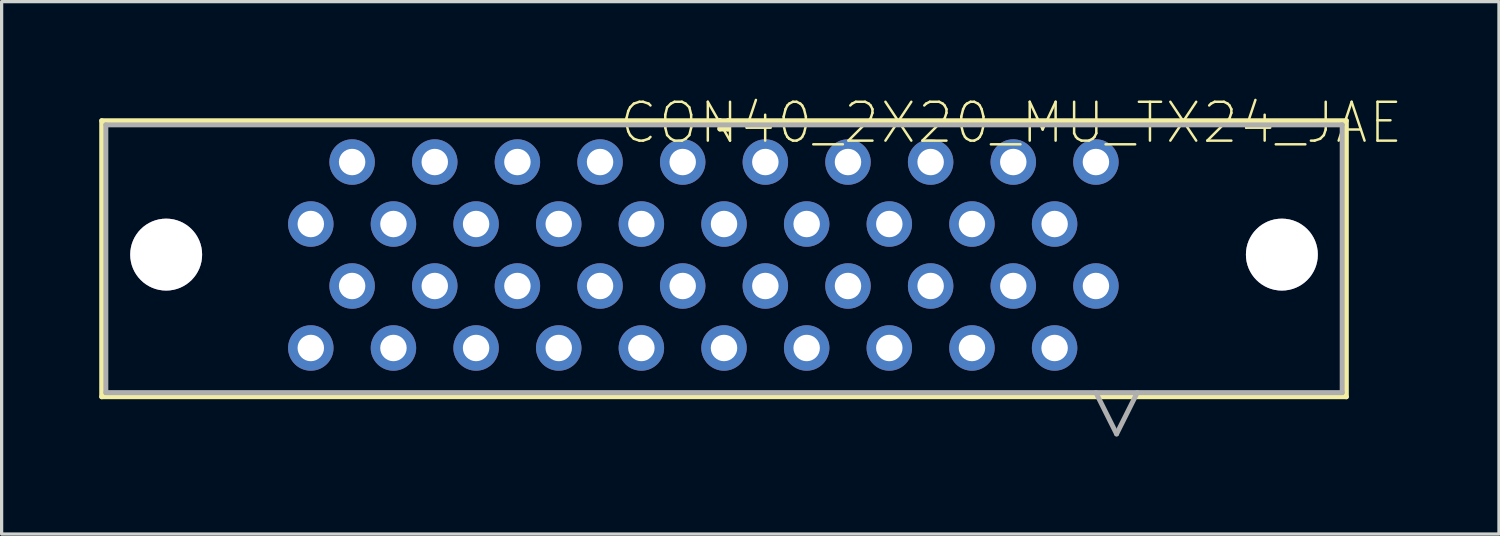
<source format=kicad_pcb>
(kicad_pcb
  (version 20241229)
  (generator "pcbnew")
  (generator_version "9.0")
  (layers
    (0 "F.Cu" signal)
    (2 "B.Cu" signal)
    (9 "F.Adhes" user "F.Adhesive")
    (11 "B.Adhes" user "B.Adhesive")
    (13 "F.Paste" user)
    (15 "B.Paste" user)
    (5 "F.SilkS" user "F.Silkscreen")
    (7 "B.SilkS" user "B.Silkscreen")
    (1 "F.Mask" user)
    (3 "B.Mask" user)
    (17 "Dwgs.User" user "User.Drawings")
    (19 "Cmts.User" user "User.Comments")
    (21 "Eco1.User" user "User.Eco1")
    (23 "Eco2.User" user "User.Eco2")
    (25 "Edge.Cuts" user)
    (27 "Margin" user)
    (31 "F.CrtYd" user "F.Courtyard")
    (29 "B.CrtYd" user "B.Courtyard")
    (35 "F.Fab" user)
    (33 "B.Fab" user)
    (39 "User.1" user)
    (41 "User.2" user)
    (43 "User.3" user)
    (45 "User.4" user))
  (footprint "CON40_2X20_MU_TX24_JAE"
    (layer "F.Cu")
    (at 19.202 0.787)
    (property "Reference" "CON40_2X20_MU_TX24_JAE" (at -3.277 0.635 0) (layer "F.SilkS") (effects (font (size 1.194 1.194) (thickness 0.076)) (justify left bottom)))
    (fp_line (start -19.126 -0.127) (end -19.126 8.357) (stroke (width 0.152) (type solid)) (layer "F.SilkS"))
    (fp_line (start -19.126 8.357) (end 19.126 8.357) (stroke (width 0.152) (type solid)) (layer "F.SilkS"))
    (fp_line (start -0.127 -0.127) (end -19.126 -0.127) (stroke (width 0.152) (type solid)) (layer "F.SilkS"))
    (fp_line (start -0.127 -0.127) (end -0.127 0.127) (stroke (width 0.152) (type solid)) (layer "F.SilkS"))
    (fp_line (start -0.127 0.127) (end 0.127 0.127) (stroke (width 0.152) (type solid)) (layer "F.SilkS"))
    (fp_line (start 0.127 -0.127) (end -0.127 -0.127) (stroke (width 0.152) (type solid)) (layer "F.SilkS"))
    (fp_line (start 0.127 0.127) (end 0.127 -0.127) (stroke (width 0.152) (type solid)) (layer "F.SilkS"))
    (fp_line (start 19.126 -0.127) (end 0.127 -0.127) (stroke (width 0.152) (type solid)) (layer "F.SilkS"))
    (fp_line (start 19.126 8.357) (end 19.126 -0.127) (stroke (width 0.152) (type solid)) (layer "F.SilkS"))
    (fp_line (start -18.999 0) (end -18.999 8.23) (stroke (width 0.152) (type solid)) (layer "F.Fab"))
    (fp_line (start -18.999 8.23) (end 18.999 8.23) (stroke (width 0.152) (type solid)) (layer "F.Fab"))
    (fp_line (start 11.43 8.23) (end 12.065 9.5) (stroke (width 0.152) (type solid)) (layer "F.Fab"))
    (fp_line (start 12.7 8.23) (end 12.065 9.5) (stroke (width 0.152) (type solid)) (layer "F.Fab"))
    (fp_line (start 18.999 0) (end -18.999 0) (stroke (width 0.152) (type solid)) (layer "F.Fab"))
    (fp_line (start 18.999 8.23) (end 18.999 0) (stroke (width 0.152) (type solid)) (layer "F.Fab"))
    (pad "1" thru_hole circle (at 11.43 1.143) (size 1.397 1.397) (drill 0.813) (layers "*.Cu" "*.Mask"))
    (pad "2" thru_hole circle (at 10.16 3.048) (size 1.397 1.397) (drill 0.813) (layers "*.Cu" "*.Mask"))
    (pad "3" thru_hole circle (at 8.89 1.143) (size 1.397 1.397) (drill 0.813) (layers "*.Cu" "*.Mask"))
    (pad "4" thru_hole circle (at 7.62 3.048) (size 1.397 1.397) (drill 0.813) (layers "*.Cu" "*.Mask"))
    (pad "5" thru_hole circle (at 6.35 1.143) (size 1.397 1.397) (drill 0.813) (layers "*.Cu" "*.Mask"))
    (pad "6" thru_hole circle (at 5.08 3.048) (size 1.397 1.397) (drill 0.813) (layers "*.Cu" "*.Mask"))
    (pad "7" thru_hole circle (at 3.81 1.143) (size 1.397 1.397) (drill 0.813) (layers "*.Cu" "*.Mask"))
    (pad "8" thru_hole circle (at 2.54 3.048) (size 1.397 1.397) (drill 0.813) (layers "*.Cu" "*.Mask"))
    (pad "9" thru_hole circle (at 1.27 1.143) (size 1.397 1.397) (drill 0.813) (layers "*.Cu" "*.Mask"))
    (pad "10" thru_hole circle (at 0 3.048) (size 1.397 1.397) (drill 0.813) (layers "*.Cu" "*.Mask"))
    (pad "11" thru_hole circle (at -1.27 1.143) (size 1.397 1.397) (drill 0.813) (layers "*.Cu" "*.Mask"))
    (pad "12" thru_hole circle (at -2.54 3.048) (size 1.397 1.397) (drill 0.813) (layers "*.Cu" "*.Mask"))
    (pad "13" thru_hole circle (at -3.81 1.143) (size 1.397 1.397) (drill 0.813) (layers "*.Cu" "*.Mask"))
    (pad "14" thru_hole circle (at -5.08 3.048) (size 1.397 1.397) (drill 0.813) (layers "*.Cu" "*.Mask"))
    (pad "15" thru_hole circle (at -6.35 1.143) (size 1.397 1.397) (drill 0.813) (layers "*.Cu" "*.Mask"))
    (pad "16" thru_hole circle (at -7.62 3.048) (size 1.397 1.397) (drill 0.813) (layers "*.Cu" "*.Mask"))
    (pad "17" thru_hole circle (at -8.89 1.143) (size 1.397 1.397) (drill 0.813) (layers "*.Cu" "*.Mask"))
    (pad "18" thru_hole circle (at -10.16 3.048) (size 1.397 1.397) (drill 0.813) (layers "*.Cu" "*.Mask"))
    (pad "19" thru_hole circle (at -11.43 1.143) (size 1.397 1.397) (drill 0.813) (layers "*.Cu" "*.Mask"))
    (pad "20" thru_hole circle (at -12.7 3.048) (size 1.397 1.397) (drill 0.813) (layers "*.Cu" "*.Mask"))
    (pad "21" thru_hole circle (at 11.43 4.953) (size 1.397 1.397) (drill 0.813) (layers "*.Cu" "*.Mask"))
    (pad "22" thru_hole circle (at 10.16 6.858) (size 1.397 1.397) (drill 0.813) (layers "*.Cu" "*.Mask"))
    (pad "23" thru_hole circle (at 8.89 4.953) (size 1.397 1.397) (drill 0.813) (layers "*.Cu" "*.Mask"))
    (pad "24" thru_hole circle (at 7.62 6.858) (size 1.397 1.397) (drill 0.813) (layers "*.Cu" "*.Mask"))
    (pad "25" thru_hole circle (at 6.35 4.953) (size 1.397 1.397) (drill 0.813) (layers "*.Cu" "*.Mask"))
    (pad "26" thru_hole circle (at 5.08 6.858) (size 1.397 1.397) (drill 0.813) (layers "*.Cu" "*.Mask"))
    (pad "27" thru_hole circle (at 3.81 4.953) (size 1.397 1.397) (drill 0.813) (layers "*.Cu" "*.Mask"))
    (pad "28" thru_hole circle (at 2.54 6.858) (size 1.397 1.397) (drill 0.813) (layers "*.Cu" "*.Mask"))
    (pad "29" thru_hole circle (at 1.27 4.953) (size 1.397 1.397) (drill 0.813) (layers "*.Cu" "*.Mask"))
    (pad "30" thru_hole circle (at 0 6.858) (size 1.397 1.397) (drill 0.813) (layers "*.Cu" "*.Mask"))
    (pad "31" thru_hole circle (at -1.27 4.953) (size 1.397 1.397) (drill 0.813) (layers "*.Cu" "*.Mask"))
    (pad "32" thru_hole circle (at -2.54 6.858) (size 1.397 1.397) (drill 0.813) (layers "*.Cu" "*.Mask"))
    (pad "33" thru_hole circle (at -3.81 4.953) (size 1.397 1.397) (drill 0.813) (layers "*.Cu" "*.Mask"))
    (pad "34" thru_hole circle (at -5.08 6.858) (size 1.397 1.397) (drill 0.813) (layers "*.Cu" "*.Mask"))
    (pad "35" thru_hole circle (at -6.35 4.953) (size 1.397 1.397) (drill 0.813) (layers "*.Cu" "*.Mask"))
    (pad "36" thru_hole circle (at -7.62 6.858) (size 1.397 1.397) (drill 0.813) (layers "*.Cu" "*.Mask"))
    (pad "37" thru_hole circle (at -8.89 4.953) (size 1.397 1.397) (drill 0.813) (layers "*.Cu" "*.Mask"))
    (pad "38" thru_hole circle (at -10.16 6.858) (size 1.397 1.397) (drill 0.813) (layers "*.Cu" "*.Mask"))
    (pad "39" thru_hole circle (at -11.43 4.953) (size 1.397 1.397) (drill 0.813) (layers "*.Cu" "*.Mask"))
    (pad "40" thru_hole circle (at -12.7 6.858) (size 1.397 1.397) (drill 0.813) (layers "*.Cu" "*.Mask"))
    (pad "41" thru_hole circle (at -17.145 3.988) (size 2.21 2.21) (drill 2.21) (layers "*.Cu" "*.Mask"))
    (pad "42" thru_hole circle (at 17.145 3.988) (size 2.21 2.21) (drill 2.21) (layers "*.Cu" "*.Mask")))
  (gr_rect
    (start -3 -3)
    (end 43.019 13.363)
    (stroke (width 0.1) (type default))
    (fill no)
    (layer "Edge.Cuts")))
</source>
